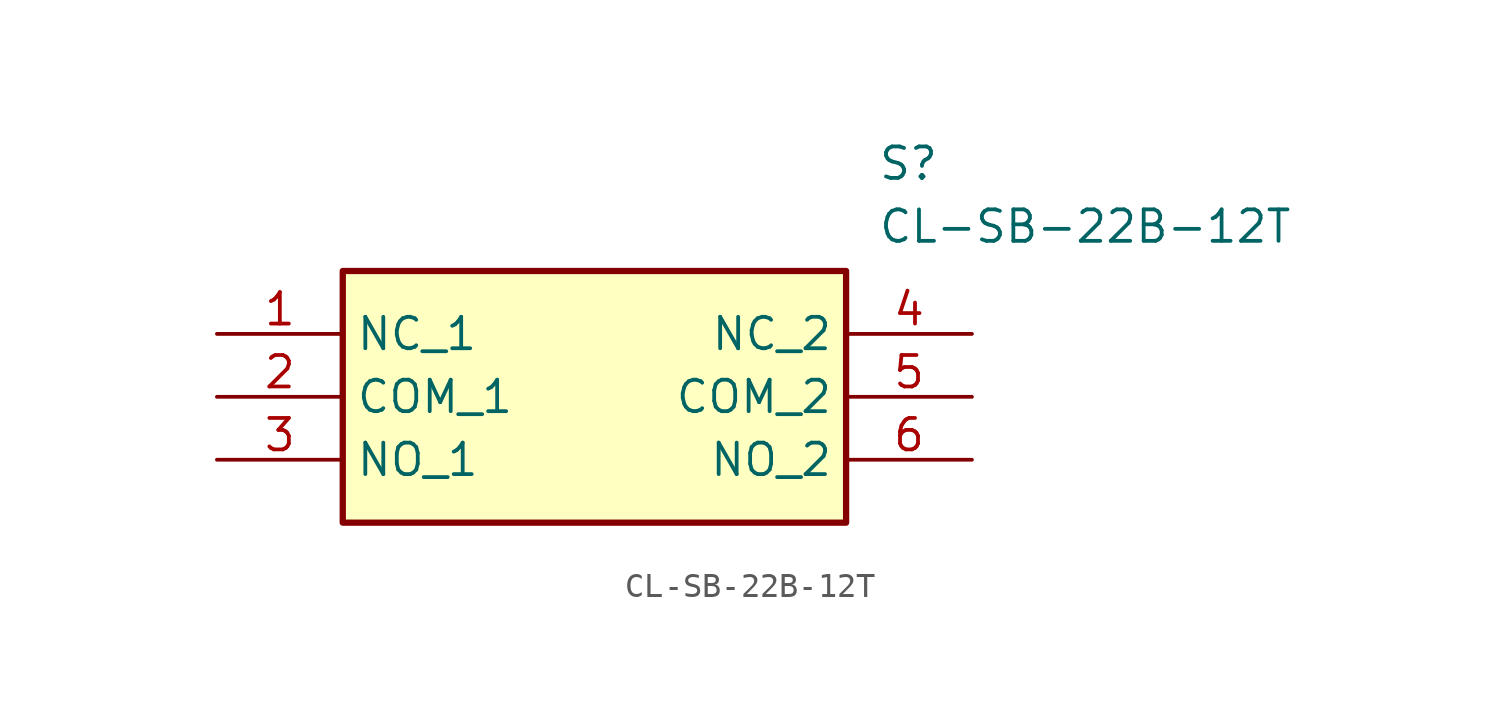
<source format=kicad_sym>
(kicad_symbol_lib
  (version 20220914)
  (generator kicad_symbol_editor)
  (symbol "CL-SB-22B-12T"
    (property "Reference" "S"
      (at 26.67 7.62 0)
      (effects (font (size 1.27 1.27)) (justify left top)))
    (property "Value" "CL-SB-22B-12T"
      (at 26.67 5.08 0)
      (effects (font (size 1.27 1.27)) (justify left top)))
    (symbol "CL-SB-22B-12T_1_1"
      (rectangle (start 5.08 2.54) (end 25.4 -7.62) (stroke (width 0.254) (type default)) (fill (type background)))
      (pin passive line (at 0 0 0) (length 5.08) (name "NC_1" (effects (font (size 1.27 1.27)))) (number "1" (effects (font (size 1.27 1.27)))))
      (pin passive line (at 0 -2.54 0) (length 5.08) (name "COM_1" (effects (font (size 1.27 1.27)))) (number "2" (effects (font (size 1.27 1.27)))))
      (pin passive line (at 0 -5.08 0) (length 5.08) (name "NO_1" (effects (font (size 1.27 1.27)))) (number "3" (effects (font (size 1.27 1.27)))))
      (pin passive line (at 30.48 0 180) (length 5.08) (name "NC_2" (effects (font (size 1.27 1.27)))) (number "4" (effects (font (size 1.27 1.27)))))
      (pin passive line (at 30.48 -2.54 180) (length 5.08) (name "COM_2" (effects (font (size 1.27 1.27)))) (number "5" (effects (font (size 1.27 1.27)))))
      (pin passive line (at 30.48 -5.08 180) (length 5.08) (name "NO_2" (effects (font (size 1.27 1.27)))) (number "6" (effects (font (size 1.27 1.27))))))))
</source>
